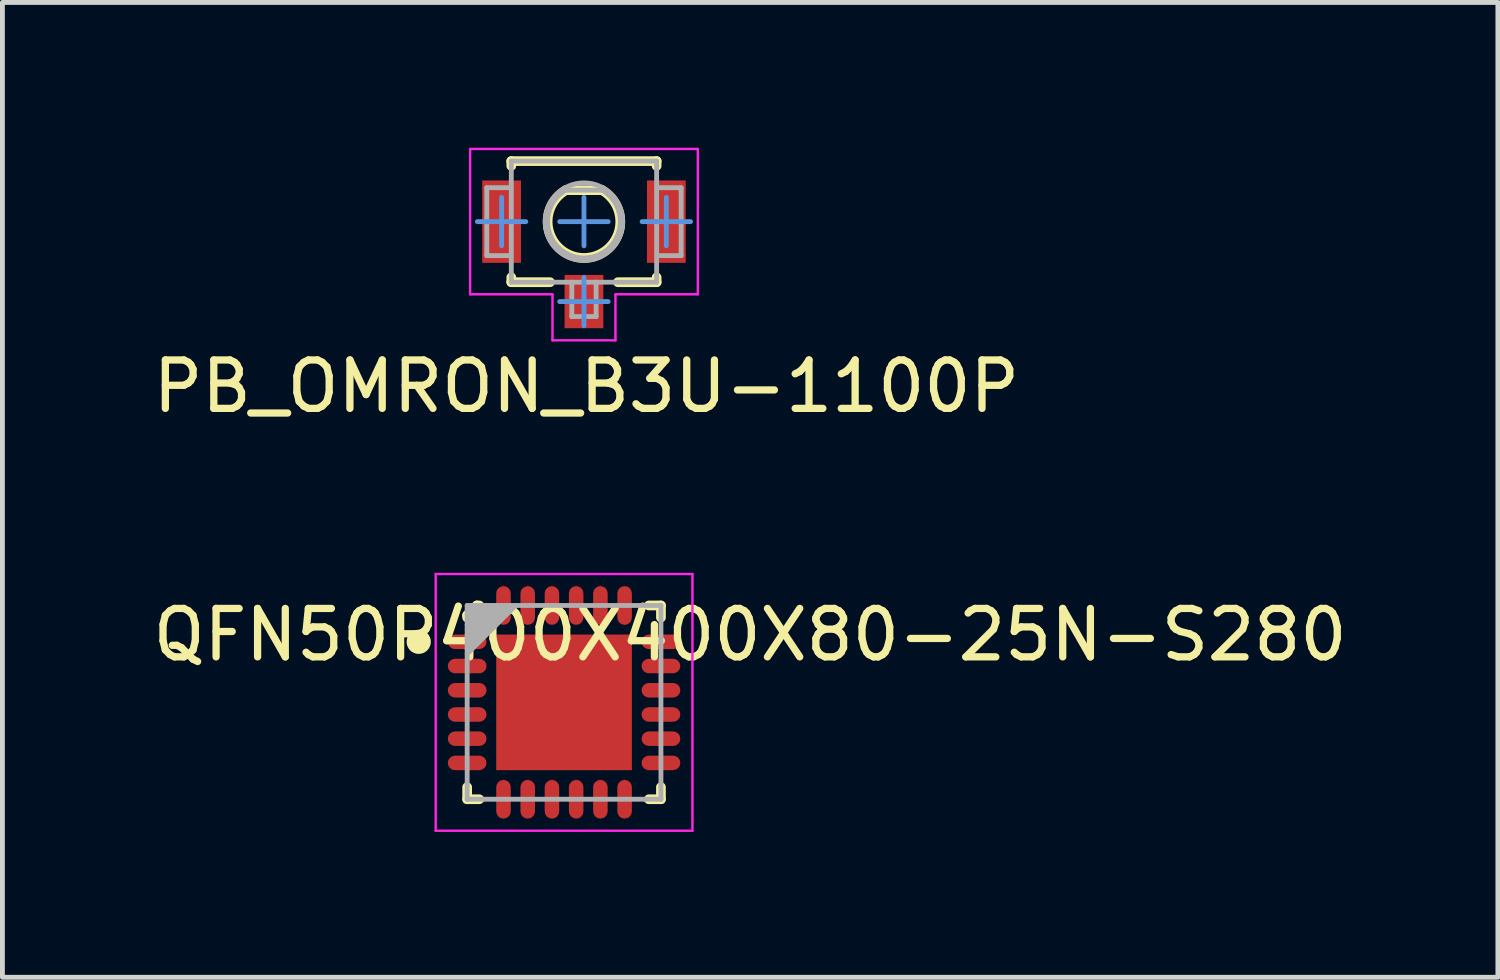
<source format=kicad_pcb>
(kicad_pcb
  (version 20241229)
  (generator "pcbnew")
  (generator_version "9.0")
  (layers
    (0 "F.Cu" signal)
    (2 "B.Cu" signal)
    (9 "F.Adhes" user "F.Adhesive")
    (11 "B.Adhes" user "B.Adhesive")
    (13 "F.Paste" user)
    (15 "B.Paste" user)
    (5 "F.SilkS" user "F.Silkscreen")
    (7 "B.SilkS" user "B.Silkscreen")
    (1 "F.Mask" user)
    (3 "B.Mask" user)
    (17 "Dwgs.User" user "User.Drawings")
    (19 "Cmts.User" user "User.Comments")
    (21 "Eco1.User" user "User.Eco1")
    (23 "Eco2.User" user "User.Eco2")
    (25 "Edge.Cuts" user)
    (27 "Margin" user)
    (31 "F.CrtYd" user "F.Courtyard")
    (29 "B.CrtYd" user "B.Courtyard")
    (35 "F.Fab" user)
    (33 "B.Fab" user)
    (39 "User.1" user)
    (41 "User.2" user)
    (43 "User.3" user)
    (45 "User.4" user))
  (footprint "PB_OMRON_B3U-1100P"
    (layer "F.Cu")
    (at 9.004 1.525)
    (property "Reference" "PB_OMRON_B3U-1100P" (at 0.05 3.4 0) (layer "F.SilkS") (effects (font (size 1 1) (thickness 0.15))))
    (attr smd)
    (fp_line (start -1.5 -1.25) (end -1.5 -1.15) (stroke (width 0.2) (type solid)) (layer "F.SilkS"))
    (fp_line (start -1.5 -1.25) (end 1.5 -1.25) (stroke (width 0.2) (type solid)) (layer "F.SilkS"))
    (fp_line (start -1.5 1.25) (end -1.5 1.15) (stroke (width 0.2) (type solid)) (layer "F.SilkS"))
    (fp_line (start -1.5 1.25) (end -0.7 1.25) (stroke (width 0.2) (type solid)) (layer "F.SilkS"))
    (fp_line (start -0.374 -0.65) (end 0.374 -0.65) (stroke (width 0.2) (type solid)) (layer "F.SilkS"))
    (fp_line (start 0.7 1.25) (end 1.5 1.25) (stroke (width 0.2) (type solid)) (layer "F.SilkS"))
    (fp_line (start 1.5 -1.15) (end 1.5 -1.25) (stroke (width 0.2) (type solid)) (layer "F.SilkS"))
    (fp_line (start 1.5 1.25) (end 1.5 1.15) (stroke (width 0.2) (type solid)) (layer "F.SilkS"))
    (fp_arc (start 0.374 -0.65) (mid 0.001105 0.749917) (end -0.375917 -0.648894) (stroke (width 0.2) (type solid)) (layer "F.SilkS"))
    (fp_line (start -2.2 0) (end -1.7 0) (stroke (width 0.1) (type solid)) (layer "Cmts.User"))
    (fp_line (start -1.7 0) (end -1.7 -0.5) (stroke (width 0.1) (type solid)) (layer "Cmts.User"))
    (fp_line (start -1.7 0) (end -1.2 0) (stroke (width 0.1) (type solid)) (layer "Cmts.User"))
    (fp_line (start -1.7 0.5) (end -1.7 0) (stroke (width 0.1) (type solid)) (layer "Cmts.User"))
    (fp_line (start -0.5 0) (end 0 0) (stroke (width 0.1) (type solid)) (layer "Cmts.User"))
    (fp_line (start -0.5 1.65) (end 0 1.65) (stroke (width 0.1) (type solid)) (layer "Cmts.User"))
    (fp_line (start 0 0) (end 0 -0.5) (stroke (width 0.1) (type solid)) (layer "Cmts.User"))
    (fp_line (start 0 0) (end 0.5 0) (stroke (width 0.1) (type solid)) (layer "Cmts.User"))
    (fp_line (start 0 0.5) (end 0 0) (stroke (width 0.1) (type solid)) (layer "Cmts.User"))
    (fp_line (start 0 1.65) (end 0 1.15) (stroke (width 0.1) (type solid)) (layer "Cmts.User"))
    (fp_line (start 0 1.65) (end 0.5 1.65) (stroke (width 0.1) (type solid)) (layer "Cmts.User"))
    (fp_line (start 0 2.15) (end 0 1.65) (stroke (width 0.1) (type solid)) (layer "Cmts.User"))
    (fp_line (start 1.2 0) (end 1.7 0) (stroke (width 0.1) (type solid)) (layer "Cmts.User"))
    (fp_line (start 1.7 0) (end 1.7 -0.5) (stroke (width 0.1) (type solid)) (layer "Cmts.User"))
    (fp_line (start 1.7 0) (end 2.2 0) (stroke (width 0.1) (type solid)) (layer "Cmts.User"))
    (fp_line (start 1.7 0.5) (end 1.7 0) (stroke (width 0.1) (type solid)) (layer "Cmts.User"))
    (fp_line (start -2.35 -1.5) (end 2.35 -1.5) (stroke (width 0.05) (type solid)) (layer "F.CrtYd"))
    (fp_line (start -2.35 1.5) (end -2.35 -1.5) (stroke (width 0.05) (type solid)) (layer "F.CrtYd"))
    (fp_line (start -2.35 1.5) (end -0.65 1.5) (stroke (width 0.05) (type solid)) (layer "F.CrtYd"))
    (fp_line (start -0.65 2.45) (end -0.65 1.5) (stroke (width 0.05) (type solid)) (layer "F.CrtYd"))
    (fp_line (start -0.65 2.45) (end 0.65 2.45) (stroke (width 0.05) (type solid)) (layer "F.CrtYd"))
    (fp_line (start 0.65 1.5) (end 2.35 1.5) (stroke (width 0.05) (type solid)) (layer "F.CrtYd"))
    (fp_line (start 0.65 2.45) (end 0.65 1.5) (stroke (width 0.05) (type solid)) (layer "F.CrtYd"))
    (fp_line (start 2.35 1.5) (end 2.35 -1.5) (stroke (width 0.05) (type solid)) (layer "F.CrtYd"))
    (fp_line (start -2.006 -0.701) (end -1.505 -0.701) (stroke (width 0.1) (type solid)) (layer "F.Fab"))
    (fp_line (start -2.006 0.701) (end -2.006 -0.701) (stroke (width 0.1) (type solid)) (layer "F.Fab"))
    (fp_line (start -2.006 0.701) (end -1.505 0.701) (stroke (width 0.1) (type solid)) (layer "F.Fab"))
    (fp_line (start -1.5 -1.25) (end 1.5 -1.25) (stroke (width 0.1) (type solid)) (layer "F.Fab"))
    (fp_line (start -1.5 1.25) (end -1.5 -1.25) (stroke (width 0.1) (type solid)) (layer "F.Fab"))
    (fp_line (start -1.5 1.25) (end 1.5 1.25) (stroke (width 0.1) (type solid)) (layer "F.Fab"))
    (fp_line (start -0.374 -0.65) (end 0.374 -0.65) (stroke (width 0.1) (type solid)) (layer "F.Fab"))
    (fp_line (start -0.251 1.959) (end -0.251 1.25) (stroke (width 0.1) (type solid)) (layer "F.Fab"))
    (fp_line (start -0.251 1.959) (end 0.251 1.959) (stroke (width 0.1) (type solid)) (layer "F.Fab"))
    (fp_line (start 0.251 1.959) (end 0.251 1.25) (stroke (width 0.1) (type solid)) (layer "F.Fab"))
    (fp_line (start 1.5 1.25) (end 1.5 -1.25) (stroke (width 0.1) (type solid)) (layer "F.Fab"))
    (fp_line (start 1.505 -0.701) (end 2.006 -0.701) (stroke (width 0.1) (type solid)) (layer "F.Fab"))
    (fp_line (start 1.505 0.701) (end 2.006 0.701) (stroke (width 0.1) (type solid)) (layer "F.Fab"))
    (fp_line (start 2.006 0.701) (end 2.006 -0.701) (stroke (width 0.1) (type solid)) (layer "F.Fab"))
    (fp_arc (start 0.374 -0.65) (mid 0.001105 0.749917) (end -0.375917 -0.648894) (stroke (width 0.1) (type solid)) (layer "F.Fab"))
    (fp_circle (center 0 0) (end 0.8 0) (stroke (width 0.1) (type solid)) (fill no) (layer "F.Fab"))
    (pad "1" smd rect (at -1.7 0) (size 0.8 1.7) (layers "F.Cu" "F.Mask" "F.Paste"))
    (pad "2" smd rect (at 1.7 0) (size 0.8 1.7) (layers "F.Cu" "F.Mask" "F.Paste"))
    (pad "3" smd rect (at 0 1.65) (size 0.8 1.1) (layers "F.Cu" "F.Mask" "F.Paste")))
  (footprint "QFN50P400X400X80-25N-S280"
    (layer "F.Cu")
    (at 8.593 11.448)
    (property "Reference" "QFN50P400X400X80-25N-S280" (at 3.841 -1.394 0) (layer "F.SilkS") (effects (font (size 1 1) (thickness 0.15))))
    (attr smd)
    (fp_line (start -2 -1.8) (end -1.8 -2) (stroke (width 0.2) (type solid)) (layer "F.SilkS"))
    (fp_line (start -2 -1.75) (end -2 -1.8) (stroke (width 0.2) (type solid)) (layer "F.SilkS"))
    (fp_line (start -2 2) (end -2 1.75) (stroke (width 0.2) (type solid)) (layer "F.SilkS"))
    (fp_line (start -2 2) (end -1.75 2) (stroke (width 0.2) (type solid)) (layer "F.SilkS"))
    (fp_line (start -1.8 -2) (end -1.75 -2) (stroke (width 0.2) (type solid)) (layer "F.SilkS"))
    (fp_line (start 1.75 -2) (end 2 -2) (stroke (width 0.2) (type solid)) (layer "F.SilkS"))
    (fp_line (start 1.75 2) (end 2 2) (stroke (width 0.2) (type solid)) (layer "F.SilkS"))
    (fp_line (start 2 -1.75) (end 2 -2) (stroke (width 0.2) (type solid)) (layer "F.SilkS"))
    (fp_line (start 2 2) (end 2 1.75) (stroke (width 0.2) (type solid)) (layer "F.SilkS"))
    (fp_circle (center -3 -1.25) (end -2.875 -1.25) (stroke (width 0.25) (type solid)) (fill no) (layer "F.SilkS"))
    (fp_line (start -2.65 -2.65) (end 2.65 -2.65) (stroke (width 0.05) (type solid)) (layer "F.CrtYd"))
    (fp_line (start -2.65 2.65) (end -2.65 -2.65) (stroke (width 0.05) (type solid)) (layer "F.CrtYd"))
    (fp_line (start -2.65 2.65) (end 2.65 2.65) (stroke (width 0.05) (type solid)) (layer "F.CrtYd"))
    (fp_line (start 2.65 2.65) (end 2.65 -2.65) (stroke (width 0.05) (type solid)) (layer "F.CrtYd"))
    (fp_line (start -2 -2) (end 2 -2) (stroke (width 0.1) (type solid)) (layer "F.Fab"))
    (fp_line (start -2 -1.9) (end -1.9 -2) (stroke (width 0.1) (type solid)) (layer "F.Fab"))
    (fp_line (start -2 -1.8) (end -1.8 -2) (stroke (width 0.1) (type solid)) (layer "F.Fab"))
    (fp_line (start -2 -1.7) (end -1.7 -2) (stroke (width 0.1) (type solid)) (layer "F.Fab"))
    (fp_line (start -2 -1.6) (end -1.6 -2) (stroke (width 0.1) (type solid)) (layer "F.Fab"))
    (fp_line (start -2 -1.5) (end -1.5 -2) (stroke (width 0.1) (type solid)) (layer "F.Fab"))
    (fp_line (start -2 -1.4) (end -1.4 -2) (stroke (width 0.1) (type solid)) (layer "F.Fab"))
    (fp_line (start -2 -1.3) (end -1.3 -2) (stroke (width 0.1) (type solid)) (layer "F.Fab"))
    (fp_line (start -2 -1.2) (end -1.2 -2) (stroke (width 0.1) (type solid)) (layer "F.Fab"))
    (fp_line (start -2 -1.1) (end -1.1 -2) (stroke (width 0.1) (type solid)) (layer "F.Fab"))
    (fp_line (start -2 -1) (end -1 -2) (stroke (width 0.1) (type solid)) (layer "F.Fab"))
    (fp_line (start -2 2) (end -2 -2) (stroke (width 0.1) (type solid)) (layer "F.Fab"))
    (fp_line (start -2 2) (end 2 2) (stroke (width 0.1) (type solid)) (layer "F.Fab"))
    (fp_line (start 2 2) (end 2 -2) (stroke (width 0.1) (type solid)) (layer "F.Fab"))
    (pad "1" smd roundrect (at -2 -1.25) (size 0.8 0.3) (layers "F.Cu" "F.Mask" "F.Paste") (roundrect_rratio 0.5))
    (pad "2" smd roundrect (at -2 -0.75) (size 0.8 0.3) (layers "F.Cu" "F.Mask" "F.Paste") (roundrect_rratio 0.5))
    (pad "3" smd roundrect (at -2 -0.25) (size 0.8 0.3) (layers "F.Cu" "F.Mask" "F.Paste") (roundrect_rratio 0.5))
    (pad "4" smd roundrect (at -2 0.25) (size 0.8 0.3) (layers "F.Cu" "F.Mask" "F.Paste") (roundrect_rratio 0.5))
    (pad "5" smd roundrect (at -2 0.75) (size 0.8 0.3) (layers "F.Cu" "F.Mask" "F.Paste") (roundrect_rratio 0.5))
    (pad "6" smd roundrect (at -2 1.25) (size 0.8 0.3) (layers "F.Cu" "F.Mask" "F.Paste") (roundrect_rratio 0.5))
    (pad "7" smd roundrect (at -1.25 2 90) (size 0.8 0.3) (layers "F.Cu" "F.Mask" "F.Paste") (roundrect_rratio 0.5))
    (pad "8" smd roundrect (at -0.75 2 90) (size 0.8 0.3) (layers "F.Cu" "F.Mask" "F.Paste") (roundrect_rratio 0.5))
    (pad "9" smd roundrect (at -0.25 2 90) (size 0.8 0.3) (layers "F.Cu" "F.Mask" "F.Paste") (roundrect_rratio 0.5))
    (pad "10" smd roundrect (at 0.25 2 90) (size 0.8 0.3) (layers "F.Cu" "F.Mask" "F.Paste") (roundrect_rratio 0.5))
    (pad "11" smd roundrect (at 0.75 2 90) (size 0.8 0.3) (layers "F.Cu" "F.Mask" "F.Paste") (roundrect_rratio 0.5))
    (pad "12" smd roundrect (at 1.25 2 90) (size 0.8 0.3) (layers "F.Cu" "F.Mask" "F.Paste") (roundrect_rratio 0.5))
    (pad "13" smd roundrect (at 2 1.25) (size 0.8 0.3) (layers "F.Cu" "F.Mask" "F.Paste") (roundrect_rratio 0.5))
    (pad "14" smd roundrect (at 2 0.75) (size 0.8 0.3) (layers "F.Cu" "F.Mask" "F.Paste") (roundrect_rratio 0.5))
    (pad "15" smd roundrect (at 2 0.25) (size 0.8 0.3) (layers "F.Cu" "F.Mask" "F.Paste") (roundrect_rratio 0.5))
    (pad "16" smd roundrect (at 2 -0.25) (size 0.8 0.3) (layers "F.Cu" "F.Mask" "F.Paste") (roundrect_rratio 0.5))
    (pad "17" smd roundrect (at 2 -0.75) (size 0.8 0.3) (layers "F.Cu" "F.Mask" "F.Paste") (roundrect_rratio 0.5))
    (pad "18" smd roundrect (at 2 -1.25) (size 0.8 0.3) (layers "F.Cu" "F.Mask" "F.Paste") (roundrect_rratio 0.5))
    (pad "19" smd roundrect (at 1.25 -2 90) (size 0.8 0.3) (layers "F.Cu" "F.Mask" "F.Paste") (roundrect_rratio 0.5))
    (pad "20" smd roundrect (at 0.75 -2 90) (size 0.8 0.3) (layers "F.Cu" "F.Mask" "F.Paste") (roundrect_rratio 0.5))
    (pad "21" smd roundrect (at 0.25 -2 90) (size 0.8 0.3) (layers "F.Cu" "F.Mask" "F.Paste") (roundrect_rratio 0.5))
    (pad "22" smd roundrect (at -0.25 -2 90) (size 0.8 0.3) (layers "F.Cu" "F.Mask" "F.Paste") (roundrect_rratio 0.5))
    (pad "23" smd roundrect (at -0.75 -2 90) (size 0.8 0.3) (layers "F.Cu" "F.Mask" "F.Paste") (roundrect_rratio 0.5))
    (pad "24" smd roundrect (at -1.25 -2 90) (size 0.8 0.3) (layers "F.Cu" "F.Mask" "F.Paste") (roundrect_rratio 0.5))
    (pad "25" smd rect (at 0 0) (size 2.8 2.8) (layers "F.Cu" "F.Mask" "F.Paste")))
  (gr_rect
    (start -3 -3)
    (end 27.869 17.123)
    (stroke (width 0.1) (type default))
    (fill no)
    (layer "Edge.Cuts")))
</source>
